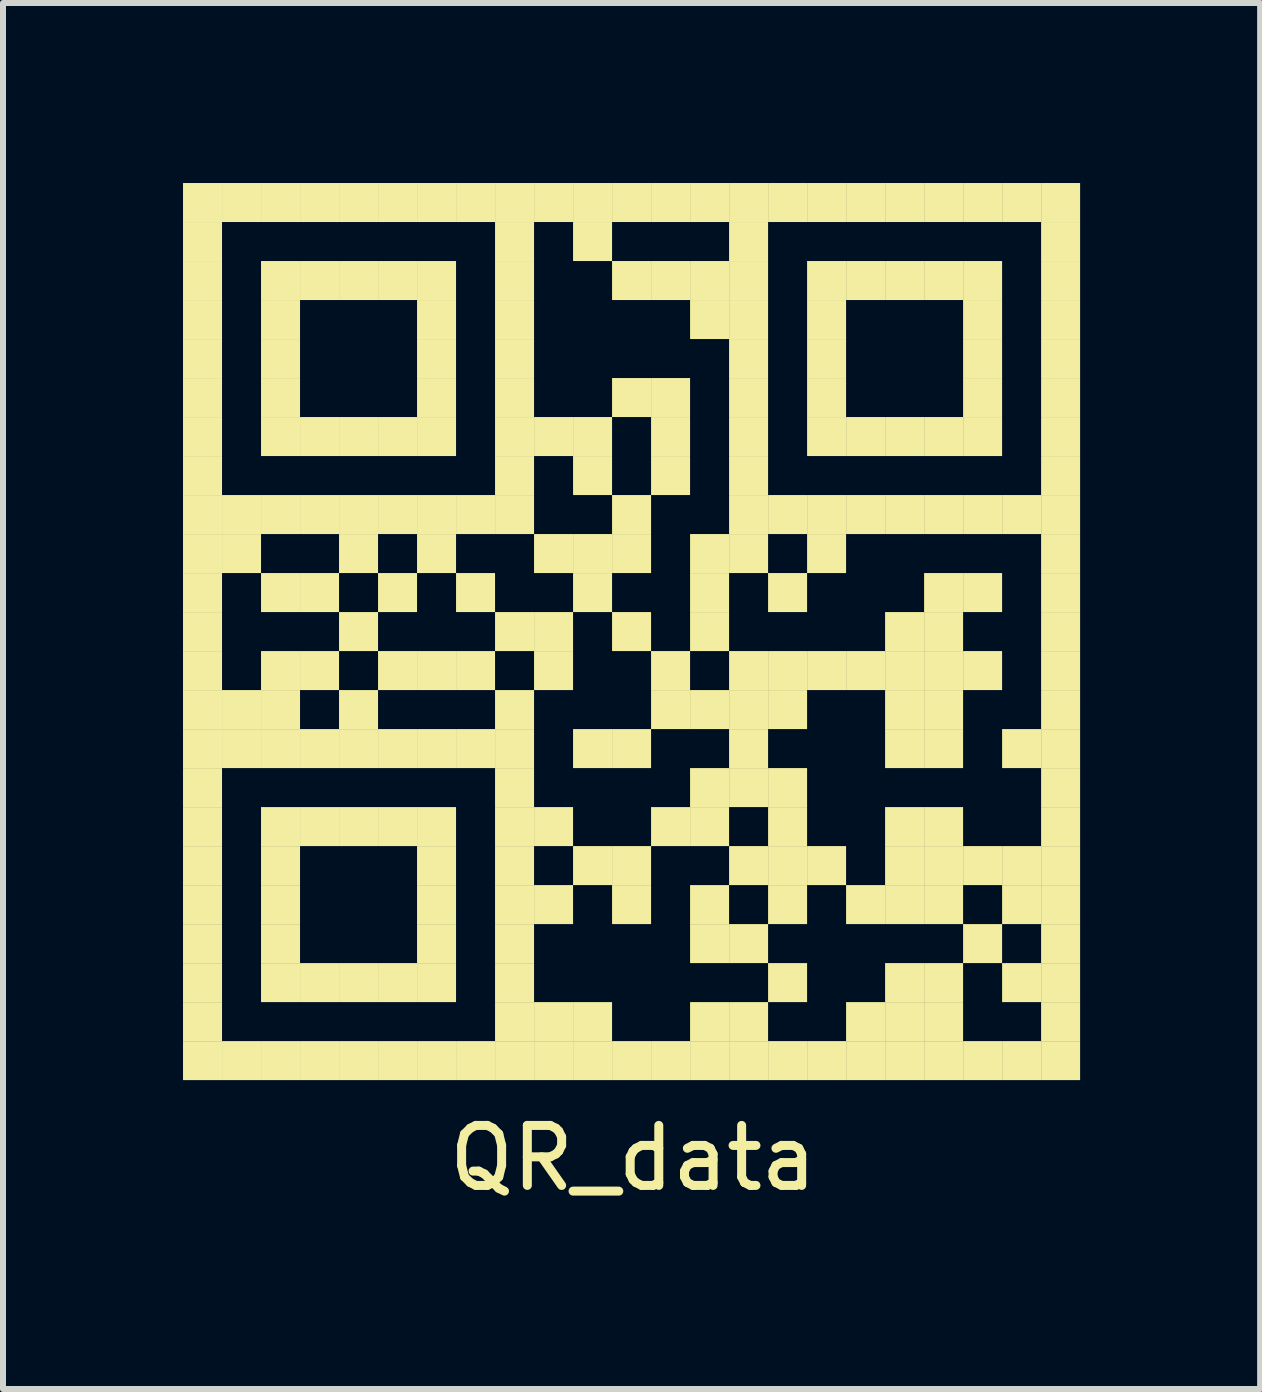
<source format=kicad_pcb>
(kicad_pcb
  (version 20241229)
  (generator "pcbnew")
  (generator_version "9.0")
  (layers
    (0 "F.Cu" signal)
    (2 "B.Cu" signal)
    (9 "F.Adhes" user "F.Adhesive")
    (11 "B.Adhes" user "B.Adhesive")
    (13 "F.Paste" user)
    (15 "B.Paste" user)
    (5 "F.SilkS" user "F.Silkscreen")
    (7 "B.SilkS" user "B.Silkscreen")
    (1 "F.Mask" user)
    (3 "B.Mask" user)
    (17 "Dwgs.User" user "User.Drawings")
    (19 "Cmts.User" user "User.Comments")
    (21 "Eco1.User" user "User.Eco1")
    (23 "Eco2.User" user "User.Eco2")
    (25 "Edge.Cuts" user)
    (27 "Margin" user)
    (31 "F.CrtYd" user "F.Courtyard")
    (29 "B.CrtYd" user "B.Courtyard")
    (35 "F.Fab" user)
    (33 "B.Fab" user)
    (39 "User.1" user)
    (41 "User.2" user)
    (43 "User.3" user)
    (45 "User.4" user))
  (footprint "QR_data"
    (layer "F.Cu")
    (at 7.5 7.5)
    (property "Reference" "QR_data" (at 0 8.75 0) (layer "F.SilkS") (effects (font (size 1 1) (thickness 0.15))))
    (attr exclude_from_pos_files exclude_from_bom)
    (fp_poly (pts (xy -7.5 -7.5) (xy -7.5 -6.85) (xy -6.85 -6.85) (xy -6.85 -7.5)) (stroke (width 0) (type solid)) (fill yes) (layer "F.SilkS"))
    (fp_poly (pts (xy -7.5 -6.85) (xy -7.5 -6.2) (xy -6.85 -6.2) (xy -6.85 -6.85)) (stroke (width 0) (type solid)) (fill yes) (layer "F.SilkS"))
    (fp_poly (pts (xy -7.5 -6.2) (xy -7.5 -5.55) (xy -6.85 -5.55) (xy -6.85 -6.2)) (stroke (width 0) (type solid)) (fill yes) (layer "F.SilkS"))
    (fp_poly (pts (xy -7.5 -5.55) (xy -7.5 -4.9) (xy -6.85 -4.9) (xy -6.85 -5.55)) (stroke (width 0) (type solid)) (fill yes) (layer "F.SilkS"))
    (fp_poly (pts (xy -7.5 -4.9) (xy -7.5 -4.25) (xy -6.85 -4.25) (xy -6.85 -4.9)) (stroke (width 0) (type solid)) (fill yes) (layer "F.SilkS"))
    (fp_poly (pts (xy -7.5 -4.25) (xy -7.5 -3.6) (xy -6.85 -3.6) (xy -6.85 -4.25)) (stroke (width 0) (type solid)) (fill yes) (layer "F.SilkS"))
    (fp_poly (pts (xy -7.5 -3.6) (xy -7.5 -2.95) (xy -6.85 -2.95) (xy -6.85 -3.6)) (stroke (width 0) (type solid)) (fill yes) (layer "F.SilkS"))
    (fp_poly (pts (xy -7.5 -2.95) (xy -7.5 -2.3) (xy -6.85 -2.3) (xy -6.85 -2.95)) (stroke (width 0) (type solid)) (fill yes) (layer "F.SilkS"))
    (fp_poly (pts (xy -7.5 -2.3) (xy -7.5 -1.65) (xy -6.85 -1.65) (xy -6.85 -2.3)) (stroke (width 0) (type solid)) (fill yes) (layer "F.SilkS"))
    (fp_poly (pts (xy -7.5 -1.65) (xy -7.5 -1) (xy -6.85 -1) (xy -6.85 -1.65)) (stroke (width 0) (type solid)) (fill yes) (layer "F.SilkS"))
    (fp_poly (pts (xy -7.5 -1) (xy -7.5 -0.35) (xy -6.85 -0.35) (xy -6.85 -1)) (stroke (width 0) (type solid)) (fill yes) (layer "F.SilkS"))
    (fp_poly (pts (xy -7.5 -0.35) (xy -7.5 0.3) (xy -6.85 0.3) (xy -6.85 -0.35)) (stroke (width 0) (type solid)) (fill yes) (layer "F.SilkS"))
    (fp_poly (pts (xy -7.5 0.3) (xy -7.5 0.95) (xy -6.85 0.95) (xy -6.85 0.3)) (stroke (width 0) (type solid)) (fill yes) (layer "F.SilkS"))
    (fp_poly (pts (xy -7.5 0.95) (xy -7.5 1.6) (xy -6.85 1.6) (xy -6.85 0.95)) (stroke (width 0) (type solid)) (fill yes) (layer "F.SilkS"))
    (fp_poly (pts (xy -7.5 1.6) (xy -7.5 2.25) (xy -6.85 2.25) (xy -6.85 1.6)) (stroke (width 0) (type solid)) (fill yes) (layer "F.SilkS"))
    (fp_poly (pts (xy -7.5 2.25) (xy -7.5 2.9) (xy -6.85 2.9) (xy -6.85 2.25)) (stroke (width 0) (type solid)) (fill yes) (layer "F.SilkS"))
    (fp_poly (pts (xy -7.5 2.9) (xy -7.5 3.55) (xy -6.85 3.55) (xy -6.85 2.9)) (stroke (width 0) (type solid)) (fill yes) (layer "F.SilkS"))
    (fp_poly (pts (xy -7.5 3.55) (xy -7.5 4.2) (xy -6.85 4.2) (xy -6.85 3.55)) (stroke (width 0) (type solid)) (fill yes) (layer "F.SilkS"))
    (fp_poly (pts (xy -7.5 4.2) (xy -7.5 4.85) (xy -6.85 4.85) (xy -6.85 4.2)) (stroke (width 0) (type solid)) (fill yes) (layer "F.SilkS"))
    (fp_poly (pts (xy -7.5 4.85) (xy -7.5 5.5) (xy -6.85 5.5) (xy -6.85 4.85)) (stroke (width 0) (type solid)) (fill yes) (layer "F.SilkS"))
    (fp_poly (pts (xy -7.5 5.5) (xy -7.5 6.15) (xy -6.85 6.15) (xy -6.85 5.5)) (stroke (width 0) (type solid)) (fill yes) (layer "F.SilkS"))
    (fp_poly (pts (xy -7.5 6.15) (xy -7.5 6.8) (xy -6.85 6.8) (xy -6.85 6.15)) (stroke (width 0) (type solid)) (fill yes) (layer "F.SilkS"))
    (fp_poly (pts (xy -7.5 6.8) (xy -7.5 7.45) (xy -6.85 7.45) (xy -6.85 6.8)) (stroke (width 0) (type solid)) (fill yes) (layer "F.SilkS"))
    (fp_poly (pts (xy -6.85 -7.5) (xy -6.85 -6.85) (xy -6.2 -6.85) (xy -6.2 -7.5)) (stroke (width 0) (type solid)) (fill yes) (layer "F.SilkS"))
    (fp_poly (pts (xy -6.85 -2.3) (xy -6.85 -1.65) (xy -6.2 -1.65) (xy -6.2 -2.3)) (stroke (width 0) (type solid)) (fill yes) (layer "F.SilkS"))
    (fp_poly (pts (xy -6.85 -1.65) (xy -6.85 -1) (xy -6.2 -1) (xy -6.2 -1.65)) (stroke (width 0) (type solid)) (fill yes) (layer "F.SilkS"))
    (fp_poly (pts (xy -6.85 0.95) (xy -6.85 1.6) (xy -6.2 1.6) (xy -6.2 0.95)) (stroke (width 0) (type solid)) (fill yes) (layer "F.SilkS"))
    (fp_poly (pts (xy -6.85 1.6) (xy -6.85 2.25) (xy -6.2 2.25) (xy -6.2 1.6)) (stroke (width 0) (type solid)) (fill yes) (layer "F.SilkS"))
    (fp_poly (pts (xy -6.85 6.8) (xy -6.85 7.45) (xy -6.2 7.45) (xy -6.2 6.8)) (stroke (width 0) (type solid)) (fill yes) (layer "F.SilkS"))
    (fp_poly (pts (xy -6.2 -7.5) (xy -6.2 -6.85) (xy -5.55 -6.85) (xy -5.55 -7.5)) (stroke (width 0) (type solid)) (fill yes) (layer "F.SilkS"))
    (fp_poly (pts (xy -6.2 -6.2) (xy -6.2 -5.55) (xy -5.55 -5.55) (xy -5.55 -6.2)) (stroke (width 0) (type solid)) (fill yes) (layer "F.SilkS"))
    (fp_poly (pts (xy -6.2 -5.55) (xy -6.2 -4.9) (xy -5.55 -4.9) (xy -5.55 -5.55)) (stroke (width 0) (type solid)) (fill yes) (layer "F.SilkS"))
    (fp_poly (pts (xy -6.2 -4.9) (xy -6.2 -4.25) (xy -5.55 -4.25) (xy -5.55 -4.9)) (stroke (width 0) (type solid)) (fill yes) (layer "F.SilkS"))
    (fp_poly (pts (xy -6.2 -4.25) (xy -6.2 -3.6) (xy -5.55 -3.6) (xy -5.55 -4.25)) (stroke (width 0) (type solid)) (fill yes) (layer "F.SilkS"))
    (fp_poly (pts (xy -6.2 -3.6) (xy -6.2 -2.95) (xy -5.55 -2.95) (xy -5.55 -3.6)) (stroke (width 0) (type solid)) (fill yes) (layer "F.SilkS"))
    (fp_poly (pts (xy -6.2 -2.3) (xy -6.2 -1.65) (xy -5.55 -1.65) (xy -5.55 -2.3)) (stroke (width 0) (type solid)) (fill yes) (layer "F.SilkS"))
    (fp_poly (pts (xy -6.2 -1) (xy -6.2 -0.35) (xy -5.55 -0.35) (xy -5.55 -1)) (stroke (width 0) (type solid)) (fill yes) (layer "F.SilkS"))
    (fp_poly (pts (xy -6.2 0.3) (xy -6.2 0.95) (xy -5.55 0.95) (xy -5.55 0.3)) (stroke (width 0) (type solid)) (fill yes) (layer "F.SilkS"))
    (fp_poly (pts (xy -6.2 0.95) (xy -6.2 1.6) (xy -5.55 1.6) (xy -5.55 0.95)) (stroke (width 0) (type solid)) (fill yes) (layer "F.SilkS"))
    (fp_poly (pts (xy -6.2 1.6) (xy -6.2 2.25) (xy -5.55 2.25) (xy -5.55 1.6)) (stroke (width 0) (type solid)) (fill yes) (layer "F.SilkS"))
    (fp_poly (pts (xy -6.2 2.9) (xy -6.2 3.55) (xy -5.55 3.55) (xy -5.55 2.9)) (stroke (width 0) (type solid)) (fill yes) (layer "F.SilkS"))
    (fp_poly (pts (xy -6.2 3.55) (xy -6.2 4.2) (xy -5.55 4.2) (xy -5.55 3.55)) (stroke (width 0) (type solid)) (fill yes) (layer "F.SilkS"))
    (fp_poly (pts (xy -6.2 4.2) (xy -6.2 4.85) (xy -5.55 4.85) (xy -5.55 4.2)) (stroke (width 0) (type solid)) (fill yes) (layer "F.SilkS"))
    (fp_poly (pts (xy -6.2 4.85) (xy -6.2 5.5) (xy -5.55 5.5) (xy -5.55 4.85)) (stroke (width 0) (type solid)) (fill yes) (layer "F.SilkS"))
    (fp_poly (pts (xy -6.2 5.5) (xy -6.2 6.15) (xy -5.55 6.15) (xy -5.55 5.5)) (stroke (width 0) (type solid)) (fill yes) (layer "F.SilkS"))
    (fp_poly (pts (xy -6.2 6.8) (xy -6.2 7.45) (xy -5.55 7.45) (xy -5.55 6.8)) (stroke (width 0) (type solid)) (fill yes) (layer "F.SilkS"))
    (fp_poly (pts (xy -5.55 -7.5) (xy -5.55 -6.85) (xy -4.9 -6.85) (xy -4.9 -7.5)) (stroke (width 0) (type solid)) (fill yes) (layer "F.SilkS"))
    (fp_poly (pts (xy -5.55 -6.2) (xy -5.55 -5.55) (xy -4.9 -5.55) (xy -4.9 -6.2)) (stroke (width 0) (type solid)) (fill yes) (layer "F.SilkS"))
    (fp_poly (pts (xy -5.55 -3.6) (xy -5.55 -2.95) (xy -4.9 -2.95) (xy -4.9 -3.6)) (stroke (width 0) (type solid)) (fill yes) (layer "F.SilkS"))
    (fp_poly (pts (xy -5.55 -2.3) (xy -5.55 -1.65) (xy -4.9 -1.65) (xy -4.9 -2.3)) (stroke (width 0) (type solid)) (fill yes) (layer "F.SilkS"))
    (fp_poly (pts (xy -5.55 -1) (xy -5.55 -0.35) (xy -4.9 -0.35) (xy -4.9 -1)) (stroke (width 0) (type solid)) (fill yes) (layer "F.SilkS"))
    (fp_poly (pts (xy -5.55 0.3) (xy -5.55 0.95) (xy -4.9 0.95) (xy -4.9 0.3)) (stroke (width 0) (type solid)) (fill yes) (layer "F.SilkS"))
    (fp_poly (pts (xy -5.55 1.6) (xy -5.55 2.25) (xy -4.9 2.25) (xy -4.9 1.6)) (stroke (width 0) (type solid)) (fill yes) (layer "F.SilkS"))
    (fp_poly (pts (xy -5.55 2.9) (xy -5.55 3.55) (xy -4.9 3.55) (xy -4.9 2.9)) (stroke (width 0) (type solid)) (fill yes) (layer "F.SilkS"))
    (fp_poly (pts (xy -5.55 5.5) (xy -5.55 6.15) (xy -4.9 6.15) (xy -4.9 5.5)) (stroke (width 0) (type solid)) (fill yes) (layer "F.SilkS"))
    (fp_poly (pts (xy -5.55 6.8) (xy -5.55 7.45) (xy -4.9 7.45) (xy -4.9 6.8)) (stroke (width 0) (type solid)) (fill yes) (layer "F.SilkS"))
    (fp_poly (pts (xy -4.9 -7.5) (xy -4.9 -6.85) (xy -4.25 -6.85) (xy -4.25 -7.5)) (stroke (width 0) (type solid)) (fill yes) (layer "F.SilkS"))
    (fp_poly (pts (xy -4.9 -6.2) (xy -4.9 -5.55) (xy -4.25 -5.55) (xy -4.25 -6.2)) (stroke (width 0) (type solid)) (fill yes) (layer "F.SilkS"))
    (fp_poly (pts (xy -4.9 -3.6) (xy -4.9 -2.95) (xy -4.25 -2.95) (xy -4.25 -3.6)) (stroke (width 0) (type solid)) (fill yes) (layer "F.SilkS"))
    (fp_poly (pts (xy -4.9 -2.3) (xy -4.9 -1.65) (xy -4.25 -1.65) (xy -4.25 -2.3)) (stroke (width 0) (type solid)) (fill yes) (layer "F.SilkS"))
    (fp_poly (pts (xy -4.9 -1.65) (xy -4.9 -1) (xy -4.25 -1) (xy -4.25 -1.65)) (stroke (width 0) (type solid)) (fill yes) (layer "F.SilkS"))
    (fp_poly (pts (xy -4.9 -0.35) (xy -4.9 0.3) (xy -4.25 0.3) (xy -4.25 -0.35)) (stroke (width 0) (type solid)) (fill yes) (layer "F.SilkS"))
    (fp_poly (pts (xy -4.9 0.95) (xy -4.9 1.6) (xy -4.25 1.6) (xy -4.25 0.95)) (stroke (width 0) (type solid)) (fill yes) (layer "F.SilkS"))
    (fp_poly (pts (xy -4.9 1.6) (xy -4.9 2.25) (xy -4.25 2.25) (xy -4.25 1.6)) (stroke (width 0) (type solid)) (fill yes) (layer "F.SilkS"))
    (fp_poly (pts (xy -4.9 2.9) (xy -4.9 3.55) (xy -4.25 3.55) (xy -4.25 2.9)) (stroke (width 0) (type solid)) (fill yes) (layer "F.SilkS"))
    (fp_poly (pts (xy -4.9 5.5) (xy -4.9 6.15) (xy -4.25 6.15) (xy -4.25 5.5)) (stroke (width 0) (type solid)) (fill yes) (layer "F.SilkS"))
    (fp_poly (pts (xy -4.9 6.8) (xy -4.9 7.45) (xy -4.25 7.45) (xy -4.25 6.8)) (stroke (width 0) (type solid)) (fill yes) (layer "F.SilkS"))
    (fp_poly (pts (xy -4.25 -7.5) (xy -4.25 -6.85) (xy -3.6 -6.85) (xy -3.6 -7.5)) (stroke (width 0) (type solid)) (fill yes) (layer "F.SilkS"))
    (fp_poly (pts (xy -4.25 -6.2) (xy -4.25 -5.55) (xy -3.6 -5.55) (xy -3.6 -6.2)) (stroke (width 0) (type solid)) (fill yes) (layer "F.SilkS"))
    (fp_poly (pts (xy -4.25 -3.6) (xy -4.25 -2.95) (xy -3.6 -2.95) (xy -3.6 -3.6)) (stroke (width 0) (type solid)) (fill yes) (layer "F.SilkS"))
    (fp_poly (pts (xy -4.25 -2.3) (xy -4.25 -1.65) (xy -3.6 -1.65) (xy -3.6 -2.3)) (stroke (width 0) (type solid)) (fill yes) (layer "F.SilkS"))
    (fp_poly (pts (xy -4.25 -1) (xy -4.25 -0.35) (xy -3.6 -0.35) (xy -3.6 -1)) (stroke (width 0) (type solid)) (fill yes) (layer "F.SilkS"))
    (fp_poly (pts (xy -4.25 0.3) (xy -4.25 0.95) (xy -3.6 0.95) (xy -3.6 0.3)) (stroke (width 0) (type solid)) (fill yes) (layer "F.SilkS"))
    (fp_poly (pts (xy -4.25 1.6) (xy -4.25 2.25) (xy -3.6 2.25) (xy -3.6 1.6)) (stroke (width 0) (type solid)) (fill yes) (layer "F.SilkS"))
    (fp_poly (pts (xy -4.25 2.9) (xy -4.25 3.55) (xy -3.6 3.55) (xy -3.6 2.9)) (stroke (width 0) (type solid)) (fill yes) (layer "F.SilkS"))
    (fp_poly (pts (xy -4.25 5.5) (xy -4.25 6.15) (xy -3.6 6.15) (xy -3.6 5.5)) (stroke (width 0) (type solid)) (fill yes) (layer "F.SilkS"))
    (fp_poly (pts (xy -4.25 6.8) (xy -4.25 7.45) (xy -3.6 7.45) (xy -3.6 6.8)) (stroke (width 0) (type solid)) (fill yes) (layer "F.SilkS"))
    (fp_poly (pts (xy -3.6 -7.5) (xy -3.6 -6.85) (xy -2.95 -6.85) (xy -2.95 -7.5)) (stroke (width 0) (type solid)) (fill yes) (layer "F.SilkS"))
    (fp_poly (pts (xy -3.6 -6.2) (xy -3.6 -5.55) (xy -2.95 -5.55) (xy -2.95 -6.2)) (stroke (width 0) (type solid)) (fill yes) (layer "F.SilkS"))
    (fp_poly (pts (xy -3.6 -5.55) (xy -3.6 -4.9) (xy -2.95 -4.9) (xy -2.95 -5.55)) (stroke (width 0) (type solid)) (fill yes) (layer "F.SilkS"))
    (fp_poly (pts (xy -3.6 -4.9) (xy -3.6 -4.25) (xy -2.95 -4.25) (xy -2.95 -4.9)) (stroke (width 0) (type solid)) (fill yes) (layer "F.SilkS"))
    (fp_poly (pts (xy -3.6 -4.25) (xy -3.6 -3.6) (xy -2.95 -3.6) (xy -2.95 -4.25)) (stroke (width 0) (type solid)) (fill yes) (layer "F.SilkS"))
    (fp_poly (pts (xy -3.6 -3.6) (xy -3.6 -2.95) (xy -2.95 -2.95) (xy -2.95 -3.6)) (stroke (width 0) (type solid)) (fill yes) (layer "F.SilkS"))
    (fp_poly (pts (xy -3.6 -2.3) (xy -3.6 -1.65) (xy -2.95 -1.65) (xy -2.95 -2.3)) (stroke (width 0) (type solid)) (fill yes) (layer "F.SilkS"))
    (fp_poly (pts (xy -3.6 -1.65) (xy -3.6 -1) (xy -2.95 -1) (xy -2.95 -1.65)) (stroke (width 0) (type solid)) (fill yes) (layer "F.SilkS"))
    (fp_poly (pts (xy -3.6 0.3) (xy -3.6 0.95) (xy -2.95 0.95) (xy -2.95 0.3)) (stroke (width 0) (type solid)) (fill yes) (layer "F.SilkS"))
    (fp_poly (pts (xy -3.6 1.6) (xy -3.6 2.25) (xy -2.95 2.25) (xy -2.95 1.6)) (stroke (width 0) (type solid)) (fill yes) (layer "F.SilkS"))
    (fp_poly (pts (xy -3.6 2.9) (xy -3.6 3.55) (xy -2.95 3.55) (xy -2.95 2.9)) (stroke (width 0) (type solid)) (fill yes) (layer "F.SilkS"))
    (fp_poly (pts (xy -3.6 3.55) (xy -3.6 4.2) (xy -2.95 4.2) (xy -2.95 3.55)) (stroke (width 0) (type solid)) (fill yes) (layer "F.SilkS"))
    (fp_poly (pts (xy -3.6 4.2) (xy -3.6 4.85) (xy -2.95 4.85) (xy -2.95 4.2)) (stroke (width 0) (type solid)) (fill yes) (layer "F.SilkS"))
    (fp_poly (pts (xy -3.6 4.85) (xy -3.6 5.5) (xy -2.95 5.5) (xy -2.95 4.85)) (stroke (width 0) (type solid)) (fill yes) (layer "F.SilkS"))
    (fp_poly (pts (xy -3.6 5.5) (xy -3.6 6.15) (xy -2.95 6.15) (xy -2.95 5.5)) (stroke (width 0) (type solid)) (fill yes) (layer "F.SilkS"))
    (fp_poly (pts (xy -3.6 6.8) (xy -3.6 7.45) (xy -2.95 7.45) (xy -2.95 6.8)) (stroke (width 0) (type solid)) (fill yes) (layer "F.SilkS"))
    (fp_poly (pts (xy -2.95 -7.5) (xy -2.95 -6.85) (xy -2.3 -6.85) (xy -2.3 -7.5)) (stroke (width 0) (type solid)) (fill yes) (layer "F.SilkS"))
    (fp_poly (pts (xy -2.95 -2.3) (xy -2.95 -1.65) (xy -2.3 -1.65) (xy -2.3 -2.3)) (stroke (width 0) (type solid)) (fill yes) (layer "F.SilkS"))
    (fp_poly (pts (xy -2.95 -1) (xy -2.95 -0.35) (xy -2.3 -0.35) (xy -2.3 -1)) (stroke (width 0) (type solid)) (fill yes) (layer "F.SilkS"))
    (fp_poly (pts (xy -2.95 0.3) (xy -2.95 0.95) (xy -2.3 0.95) (xy -2.3 0.3)) (stroke (width 0) (type solid)) (fill yes) (layer "F.SilkS"))
    (fp_poly (pts (xy -2.95 1.6) (xy -2.95 2.25) (xy -2.3 2.25) (xy -2.3 1.6)) (stroke (width 0) (type solid)) (fill yes) (layer "F.SilkS"))
    (fp_poly (pts (xy -2.95 6.8) (xy -2.95 7.45) (xy -2.3 7.45) (xy -2.3 6.8)) (stroke (width 0) (type solid)) (fill yes) (layer "F.SilkS"))
    (fp_poly (pts (xy -2.3 -7.5) (xy -2.3 -6.85) (xy -1.65 -6.85) (xy -1.65 -7.5)) (stroke (width 0) (type solid)) (fill yes) (layer "F.SilkS"))
    (fp_poly (pts (xy -2.3 -6.85) (xy -2.3 -6.2) (xy -1.65 -6.2) (xy -1.65 -6.85)) (stroke (width 0) (type solid)) (fill yes) (layer "F.SilkS"))
    (fp_poly (pts (xy -2.3 -6.2) (xy -2.3 -5.55) (xy -1.65 -5.55) (xy -1.65 -6.2)) (stroke (width 0) (type solid)) (fill yes) (layer "F.SilkS"))
    (fp_poly (pts (xy -2.3 -5.55) (xy -2.3 -4.9) (xy -1.65 -4.9) (xy -1.65 -5.55)) (stroke (width 0) (type solid)) (fill yes) (layer "F.SilkS"))
    (fp_poly (pts (xy -2.3 -4.9) (xy -2.3 -4.25) (xy -1.65 -4.25) (xy -1.65 -4.9)) (stroke (width 0) (type solid)) (fill yes) (layer "F.SilkS"))
    (fp_poly (pts (xy -2.3 -4.25) (xy -2.3 -3.6) (xy -1.65 -3.6) (xy -1.65 -4.25)) (stroke (width 0) (type solid)) (fill yes) (layer "F.SilkS"))
    (fp_poly (pts (xy -2.3 -3.6) (xy -2.3 -2.95) (xy -1.65 -2.95) (xy -1.65 -3.6)) (stroke (width 0) (type solid)) (fill yes) (layer "F.SilkS"))
    (fp_poly (pts (xy -2.3 -2.95) (xy -2.3 -2.3) (xy -1.65 -2.3) (xy -1.65 -2.95)) (stroke (width 0) (type solid)) (fill yes) (layer "F.SilkS"))
    (fp_poly (pts (xy -2.3 -2.3) (xy -2.3 -1.65) (xy -1.65 -1.65) (xy -1.65 -2.3)) (stroke (width 0) (type solid)) (fill yes) (layer "F.SilkS"))
    (fp_poly (pts (xy -2.3 -0.35) (xy -2.3 0.3) (xy -1.65 0.3) (xy -1.65 -0.35)) (stroke (width 0) (type solid)) (fill yes) (layer "F.SilkS"))
    (fp_poly (pts (xy -2.3 0.95) (xy -2.3 1.6) (xy -1.65 1.6) (xy -1.65 0.95)) (stroke (width 0) (type solid)) (fill yes) (layer "F.SilkS"))
    (fp_poly (pts (xy -2.3 1.6) (xy -2.3 2.25) (xy -1.65 2.25) (xy -1.65 1.6)) (stroke (width 0) (type solid)) (fill yes) (layer "F.SilkS"))
    (fp_poly (pts (xy -2.3 2.25) (xy -2.3 2.9) (xy -1.65 2.9) (xy -1.65 2.25)) (stroke (width 0) (type solid)) (fill yes) (layer "F.SilkS"))
    (fp_poly (pts (xy -2.3 2.9) (xy -2.3 3.55) (xy -1.65 3.55) (xy -1.65 2.9)) (stroke (width 0) (type solid)) (fill yes) (layer "F.SilkS"))
    (fp_poly (pts (xy -2.3 3.55) (xy -2.3 4.2) (xy -1.65 4.2) (xy -1.65 3.55)) (stroke (width 0) (type solid)) (fill yes) (layer "F.SilkS"))
    (fp_poly (pts (xy -2.3 4.2) (xy -2.3 4.85) (xy -1.65 4.85) (xy -1.65 4.2)) (stroke (width 0) (type solid)) (fill yes) (layer "F.SilkS"))
    (fp_poly (pts (xy -2.3 4.85) (xy -2.3 5.5) (xy -1.65 5.5) (xy -1.65 4.85)) (stroke (width 0) (type solid)) (fill yes) (layer "F.SilkS"))
    (fp_poly (pts (xy -2.3 5.5) (xy -2.3 6.15) (xy -1.65 6.15) (xy -1.65 5.5)) (stroke (width 0) (type solid)) (fill yes) (layer "F.SilkS"))
    (fp_poly (pts (xy -2.3 6.15) (xy -2.3 6.8) (xy -1.65 6.8) (xy -1.65 6.15)) (stroke (width 0) (type solid)) (fill yes) (layer "F.SilkS"))
    (fp_poly (pts (xy -2.3 6.8) (xy -2.3 7.45) (xy -1.65 7.45) (xy -1.65 6.8)) (stroke (width 0) (type solid)) (fill yes) (layer "F.SilkS"))
    (fp_poly (pts (xy -1.65 -7.5) (xy -1.65 -6.85) (xy -1 -6.85) (xy -1 -7.5)) (stroke (width 0) (type solid)) (fill yes) (layer "F.SilkS"))
    (fp_poly (pts (xy -1.65 -3.6) (xy -1.65 -2.95) (xy -1 -2.95) (xy -1 -3.6)) (stroke (width 0) (type solid)) (fill yes) (layer "F.SilkS"))
    (fp_poly (pts (xy -1.65 -1.65) (xy -1.65 -1) (xy -1 -1) (xy -1 -1.65)) (stroke (width 0) (type solid)) (fill yes) (layer "F.SilkS"))
    (fp_poly (pts (xy -1.65 -0.35) (xy -1.65 0.3) (xy -1 0.3) (xy -1 -0.35)) (stroke (width 0) (type solid)) (fill yes) (layer "F.SilkS"))
    (fp_poly (pts (xy -1.65 0.3) (xy -1.65 0.95) (xy -1 0.95) (xy -1 0.3)) (stroke (width 0) (type solid)) (fill yes) (layer "F.SilkS"))
    (fp_poly (pts (xy -1.65 2.9) (xy -1.65 3.55) (xy -1 3.55) (xy -1 2.9)) (stroke (width 0) (type solid)) (fill yes) (layer "F.SilkS"))
    (fp_poly (pts (xy -1.65 4.2) (xy -1.65 4.85) (xy -1 4.85) (xy -1 4.2)) (stroke (width 0) (type solid)) (fill yes) (layer "F.SilkS"))
    (fp_poly (pts (xy -1.65 6.15) (xy -1.65 6.8) (xy -1 6.8) (xy -1 6.15)) (stroke (width 0) (type solid)) (fill yes) (layer "F.SilkS"))
    (fp_poly (pts (xy -1.65 6.8) (xy -1.65 7.45) (xy -1 7.45) (xy -1 6.8)) (stroke (width 0) (type solid)) (fill yes) (layer "F.SilkS"))
    (fp_poly (pts (xy -1 -7.5) (xy -1 -6.85) (xy -0.35 -6.85) (xy -0.35 -7.5)) (stroke (width 0) (type solid)) (fill yes) (layer "F.SilkS"))
    (fp_poly (pts (xy -1 -6.85) (xy -1 -6.2) (xy -0.35 -6.2) (xy -0.35 -6.85)) (stroke (width 0) (type solid)) (fill yes) (layer "F.SilkS"))
    (fp_poly (pts (xy -1 -3.6) (xy -1 -2.95) (xy -0.35 -2.95) (xy -0.35 -3.6)) (stroke (width 0) (type solid)) (fill yes) (layer "F.SilkS"))
    (fp_poly (pts (xy -1 -2.95) (xy -1 -2.3) (xy -0.35 -2.3) (xy -0.35 -2.95)) (stroke (width 0) (type solid)) (fill yes) (layer "F.SilkS"))
    (fp_poly (pts (xy -1 -1.65) (xy -1 -1) (xy -0.35 -1) (xy -0.35 -1.65)) (stroke (width 0) (type solid)) (fill yes) (layer "F.SilkS"))
    (fp_poly (pts (xy -1 -1) (xy -1 -0.35) (xy -0.35 -0.35) (xy -0.35 -1)) (stroke (width 0) (type solid)) (fill yes) (layer "F.SilkS"))
    (fp_poly (pts (xy -1 1.6) (xy -1 2.25) (xy -0.35 2.25) (xy -0.35 1.6)) (stroke (width 0) (type solid)) (fill yes) (layer "F.SilkS"))
    (fp_poly (pts (xy -1 3.55) (xy -1 4.2) (xy -0.35 4.2) (xy -0.35 3.55)) (stroke (width 0) (type solid)) (fill yes) (layer "F.SilkS"))
    (fp_poly (pts (xy -1 6.15) (xy -1 6.8) (xy -0.35 6.8) (xy -0.35 6.15)) (stroke (width 0) (type solid)) (fill yes) (layer "F.SilkS"))
    (fp_poly (pts (xy -1 6.8) (xy -1 7.45) (xy -0.35 7.45) (xy -0.35 6.8)) (stroke (width 0) (type solid)) (fill yes) (layer "F.SilkS"))
    (fp_poly (pts (xy -0.35 -7.5) (xy -0.35 -6.85) (xy 0.3 -6.85) (xy 0.3 -7.5)) (stroke (width 0) (type solid)) (fill yes) (layer "F.SilkS"))
    (fp_poly (pts (xy -0.35 -6.2) (xy -0.35 -5.55) (xy 0.3 -5.55) (xy 0.3 -6.2)) (stroke (width 0) (type solid)) (fill yes) (layer "F.SilkS"))
    (fp_poly (pts (xy -0.35 -4.25) (xy -0.35 -3.6) (xy 0.3 -3.6) (xy 0.3 -4.25)) (stroke (width 0) (type solid)) (fill yes) (layer "F.SilkS"))
    (fp_poly (pts (xy -0.35 -2.3) (xy -0.35 -1.65) (xy 0.3 -1.65) (xy 0.3 -2.3)) (stroke (width 0) (type solid)) (fill yes) (layer "F.SilkS"))
    (fp_poly (pts (xy -0.35 -1.65) (xy -0.35 -1) (xy 0.3 -1) (xy 0.3 -1.65)) (stroke (width 0) (type solid)) (fill yes) (layer "F.SilkS"))
    (fp_poly (pts (xy -0.35 -0.35) (xy -0.35 0.3) (xy 0.3 0.3) (xy 0.3 -0.35)) (stroke (width 0) (type solid)) (fill yes) (layer "F.SilkS"))
    (fp_poly (pts (xy -0.35 1.6) (xy -0.35 2.25) (xy 0.3 2.25) (xy 0.3 1.6)) (stroke (width 0) (type solid)) (fill yes) (layer "F.SilkS"))
    (fp_poly (pts (xy -0.35 3.55) (xy -0.35 4.2) (xy 0.3 4.2) (xy 0.3 3.55)) (stroke (width 0) (type solid)) (fill yes) (layer "F.SilkS"))
    (fp_poly (pts (xy -0.35 4.2) (xy -0.35 4.85) (xy 0.3 4.85) (xy 0.3 4.2)) (stroke (width 0) (type solid)) (fill yes) (layer "F.SilkS"))
    (fp_poly (pts (xy -0.35 6.8) (xy -0.35 7.45) (xy 0.3 7.45) (xy 0.3 6.8)) (stroke (width 0) (type solid)) (fill yes) (layer "F.SilkS"))
    (fp_poly (pts (xy 0.3 -7.5) (xy 0.3 -6.85) (xy 0.95 -6.85) (xy 0.95 -7.5)) (stroke (width 0) (type solid)) (fill yes) (layer "F.SilkS"))
    (fp_poly (pts (xy 0.3 -6.2) (xy 0.3 -5.55) (xy 0.95 -5.55) (xy 0.95 -6.2)) (stroke (width 0) (type solid)) (fill yes) (layer "F.SilkS"))
    (fp_poly (pts (xy 0.3 -4.25) (xy 0.3 -3.6) (xy 0.95 -3.6) (xy 0.95 -4.25)) (stroke (width 0) (type solid)) (fill yes) (layer "F.SilkS"))
    (fp_poly (pts (xy 0.3 -3.6) (xy 0.3 -2.95) (xy 0.95 -2.95) (xy 0.95 -3.6)) (stroke (width 0) (type solid)) (fill yes) (layer "F.SilkS"))
    (fp_poly (pts (xy 0.3 -2.95) (xy 0.3 -2.3) (xy 0.95 -2.3) (xy 0.95 -2.95)) (stroke (width 0) (type solid)) (fill yes) (layer "F.SilkS"))
    (fp_poly (pts (xy 0.3 0.3) (xy 0.3 0.95) (xy 0.95 0.95) (xy 0.95 0.3)) (stroke (width 0) (type solid)) (fill yes) (layer "F.SilkS"))
    (fp_poly (pts (xy 0.3 0.95) (xy 0.3 1.6) (xy 0.95 1.6) (xy 0.95 0.95)) (stroke (width 0) (type solid)) (fill yes) (layer "F.SilkS"))
    (fp_poly (pts (xy 0.3 2.9) (xy 0.3 3.55) (xy 0.95 3.55) (xy 0.95 2.9)) (stroke (width 0) (type solid)) (fill yes) (layer "F.SilkS"))
    (fp_poly (pts (xy 0.3 6.8) (xy 0.3 7.45) (xy 0.95 7.45) (xy 0.95 6.8)) (stroke (width 0) (type solid)) (fill yes) (layer "F.SilkS"))
    (fp_poly (pts (xy 0.95 -7.5) (xy 0.95 -6.85) (xy 1.6 -6.85) (xy 1.6 -7.5)) (stroke (width 0) (type solid)) (fill yes) (layer "F.SilkS"))
    (fp_poly (pts (xy 0.95 -6.2) (xy 0.95 -5.55) (xy 1.6 -5.55) (xy 1.6 -6.2)) (stroke (width 0) (type solid)) (fill yes) (layer "F.SilkS"))
    (fp_poly (pts (xy 0.95 -5.55) (xy 0.95 -4.9) (xy 1.6 -4.9) (xy 1.6 -5.55)) (stroke (width 0) (type solid)) (fill yes) (layer "F.SilkS"))
    (fp_poly (pts (xy 0.95 -1.65) (xy 0.95 -1) (xy 1.6 -1) (xy 1.6 -1.65)) (stroke (width 0) (type solid)) (fill yes) (layer "F.SilkS"))
    (fp_poly (pts (xy 0.95 -1) (xy 0.95 -0.35) (xy 1.6 -0.35) (xy 1.6 -1)) (stroke (width 0) (type solid)) (fill yes) (layer "F.SilkS"))
    (fp_poly (pts (xy 0.95 -0.35) (xy 0.95 0.3) (xy 1.6 0.3) (xy 1.6 -0.35)) (stroke (width 0) (type solid)) (fill yes) (layer "F.SilkS"))
    (fp_poly (pts (xy 0.95 0.95) (xy 0.95 1.6) (xy 1.6 1.6) (xy 1.6 0.95)) (stroke (width 0) (type solid)) (fill yes) (layer "F.SilkS"))
    (fp_poly (pts (xy 0.95 2.25) (xy 0.95 2.9) (xy 1.6 2.9) (xy 1.6 2.25)) (stroke (width 0) (type solid)) (fill yes) (layer "F.SilkS"))
    (fp_poly (pts (xy 0.95 2.9) (xy 0.95 3.55) (xy 1.6 3.55) (xy 1.6 2.9)) (stroke (width 0) (type solid)) (fill yes) (layer "F.SilkS"))
    (fp_poly (pts (xy 0.95 4.2) (xy 0.95 4.85) (xy 1.6 4.85) (xy 1.6 4.2)) (stroke (width 0) (type solid)) (fill yes) (layer "F.SilkS"))
    (fp_poly (pts (xy 0.95 4.85) (xy 0.95 5.5) (xy 1.6 5.5) (xy 1.6 4.85)) (stroke (width 0) (type solid)) (fill yes) (layer "F.SilkS"))
    (fp_poly (pts (xy 0.95 6.15) (xy 0.95 6.8) (xy 1.6 6.8) (xy 1.6 6.15)) (stroke (width 0) (type solid)) (fill yes) (layer "F.SilkS"))
    (fp_poly (pts (xy 0.95 6.8) (xy 0.95 7.45) (xy 1.6 7.45) (xy 1.6 6.8)) (stroke (width 0) (type solid)) (fill yes) (layer "F.SilkS"))
    (fp_poly (pts (xy 1.6 -7.5) (xy 1.6 -6.85) (xy 2.25 -6.85) (xy 2.25 -7.5)) (stroke (width 0) (type solid)) (fill yes) (layer "F.SilkS"))
    (fp_poly (pts (xy 1.6 -6.85) (xy 1.6 -6.2) (xy 2.25 -6.2) (xy 2.25 -6.85)) (stroke (width 0) (type solid)) (fill yes) (layer "F.SilkS"))
    (fp_poly (pts (xy 1.6 -6.2) (xy 1.6 -5.55) (xy 2.25 -5.55) (xy 2.25 -6.2)) (stroke (width 0) (type solid)) (fill yes) (layer "F.SilkS"))
    (fp_poly (pts (xy 1.6 -5.55) (xy 1.6 -4.9) (xy 2.25 -4.9) (xy 2.25 -5.55)) (stroke (width 0) (type solid)) (fill yes) (layer "F.SilkS"))
    (fp_poly (pts (xy 1.6 -4.9) (xy 1.6 -4.25) (xy 2.25 -4.25) (xy 2.25 -4.9)) (stroke (width 0) (type solid)) (fill yes) (layer "F.SilkS"))
    (fp_poly (pts (xy 1.6 -4.25) (xy 1.6 -3.6) (xy 2.25 -3.6) (xy 2.25 -4.25)) (stroke (width 0) (type solid)) (fill yes) (layer "F.SilkS"))
    (fp_poly (pts (xy 1.6 -3.6) (xy 1.6 -2.95) (xy 2.25 -2.95) (xy 2.25 -3.6)) (stroke (width 0) (type solid)) (fill yes) (layer "F.SilkS"))
    (fp_poly (pts (xy 1.6 -2.95) (xy 1.6 -2.3) (xy 2.25 -2.3) (xy 2.25 -2.95)) (stroke (width 0) (type solid)) (fill yes) (layer "F.SilkS"))
    (fp_poly (pts (xy 1.6 -2.3) (xy 1.6 -1.65) (xy 2.25 -1.65) (xy 2.25 -2.3)) (stroke (width 0) (type solid)) (fill yes) (layer "F.SilkS"))
    (fp_poly (pts (xy 1.6 -1.65) (xy 1.6 -1) (xy 2.25 -1) (xy 2.25 -1.65)) (stroke (width 0) (type solid)) (fill yes) (layer "F.SilkS"))
    (fp_poly (pts (xy 1.6 0.3) (xy 1.6 0.95) (xy 2.25 0.95) (xy 2.25 0.3)) (stroke (width 0) (type solid)) (fill yes) (layer "F.SilkS"))
    (fp_poly (pts (xy 1.6 0.95) (xy 1.6 1.6) (xy 2.25 1.6) (xy 2.25 0.95)) (stroke (width 0) (type solid)) (fill yes) (layer "F.SilkS"))
    (fp_poly (pts (xy 1.6 1.6) (xy 1.6 2.25) (xy 2.25 2.25) (xy 2.25 1.6)) (stroke (width 0) (type solid)) (fill yes) (layer "F.SilkS"))
    (fp_poly (pts (xy 1.6 2.25) (xy 1.6 2.9) (xy 2.25 2.9) (xy 2.25 2.25)) (stroke (width 0) (type solid)) (fill yes) (layer "F.SilkS"))
    (fp_poly (pts (xy 1.6 3.55) (xy 1.6 4.2) (xy 2.25 4.2) (xy 2.25 3.55)) (stroke (width 0) (type solid)) (fill yes) (layer "F.SilkS"))
    (fp_poly (pts (xy 1.6 4.85) (xy 1.6 5.5) (xy 2.25 5.5) (xy 2.25 4.85)) (stroke (width 0) (type solid)) (fill yes) (layer "F.SilkS"))
    (fp_poly (pts (xy 1.6 6.15) (xy 1.6 6.8) (xy 2.25 6.8) (xy 2.25 6.15)) (stroke (width 0) (type solid)) (fill yes) (layer "F.SilkS"))
    (fp_poly (pts (xy 1.6 6.8) (xy 1.6 7.45) (xy 2.25 7.45) (xy 2.25 6.8)) (stroke (width 0) (type solid)) (fill yes) (layer "F.SilkS"))
    (fp_poly (pts (xy 2.25 -7.5) (xy 2.25 -6.85) (xy 2.9 -6.85) (xy 2.9 -7.5)) (stroke (width 0) (type solid)) (fill yes) (layer "F.SilkS"))
    (fp_poly (pts (xy 2.25 -2.3) (xy 2.25 -1.65) (xy 2.9 -1.65) (xy 2.9 -2.3)) (stroke (width 0) (type solid)) (fill yes) (layer "F.SilkS"))
    (fp_poly (pts (xy 2.25 -1) (xy 2.25 -0.35) (xy 2.9 -0.35) (xy 2.9 -1)) (stroke (width 0) (type solid)) (fill yes) (layer "F.SilkS"))
    (fp_poly (pts (xy 2.25 0.3) (xy 2.25 0.95) (xy 2.9 0.95) (xy 2.9 0.3)) (stroke (width 0) (type solid)) (fill yes) (layer "F.SilkS"))
    (fp_poly (pts (xy 2.25 0.95) (xy 2.25 1.6) (xy 2.9 1.6) (xy 2.9 0.95)) (stroke (width 0) (type solid)) (fill yes) (layer "F.SilkS"))
    (fp_poly (pts (xy 2.25 2.25) (xy 2.25 2.9) (xy 2.9 2.9) (xy 2.9 2.25)) (stroke (width 0) (type solid)) (fill yes) (layer "F.SilkS"))
    (fp_poly (pts (xy 2.25 2.9) (xy 2.25 3.55) (xy 2.9 3.55) (xy 2.9 2.9)) (stroke (width 0) (type solid)) (fill yes) (layer "F.SilkS"))
    (fp_poly (pts (xy 2.25 3.55) (xy 2.25 4.2) (xy 2.9 4.2) (xy 2.9 3.55)) (stroke (width 0) (type solid)) (fill yes) (layer "F.SilkS"))
    (fp_poly (pts (xy 2.25 4.2) (xy 2.25 4.85) (xy 2.9 4.85) (xy 2.9 4.2)) (stroke (width 0) (type solid)) (fill yes) (layer "F.SilkS"))
    (fp_poly (pts (xy 2.25 5.5) (xy 2.25 6.15) (xy 2.9 6.15) (xy 2.9 5.5)) (stroke (width 0) (type solid)) (fill yes) (layer "F.SilkS"))
    (fp_poly (pts (xy 2.25 6.8) (xy 2.25 7.45) (xy 2.9 7.45) (xy 2.9 6.8)) (stroke (width 0) (type solid)) (fill yes) (layer "F.SilkS"))
    (fp_poly (pts (xy 2.9 -7.5) (xy 2.9 -6.85) (xy 3.55 -6.85) (xy 3.55 -7.5)) (stroke (width 0) (type solid)) (fill yes) (layer "F.SilkS"))
    (fp_poly (pts (xy 2.9 -6.2) (xy 2.9 -5.55) (xy 3.55 -5.55) (xy 3.55 -6.2)) (stroke (width 0) (type solid)) (fill yes) (layer "F.SilkS"))
    (fp_poly (pts (xy 2.9 -5.55) (xy 2.9 -4.9) (xy 3.55 -4.9) (xy 3.55 -5.55)) (stroke (width 0) (type solid)) (fill yes) (layer "F.SilkS"))
    (fp_poly (pts (xy 2.9 -4.9) (xy 2.9 -4.25) (xy 3.55 -4.25) (xy 3.55 -4.9)) (stroke (width 0) (type solid)) (fill yes) (layer "F.SilkS"))
    (fp_poly (pts (xy 2.9 -4.25) (xy 2.9 -3.6) (xy 3.55 -3.6) (xy 3.55 -4.25)) (stroke (width 0) (type solid)) (fill yes) (layer "F.SilkS"))
    (fp_poly (pts (xy 2.9 -3.6) (xy 2.9 -2.95) (xy 3.55 -2.95) (xy 3.55 -3.6)) (stroke (width 0) (type solid)) (fill yes) (layer "F.SilkS"))
    (fp_poly (pts (xy 2.9 -2.3) (xy 2.9 -1.65) (xy 3.55 -1.65) (xy 3.55 -2.3)) (stroke (width 0) (type solid)) (fill yes) (layer "F.SilkS"))
    (fp_poly (pts (xy 2.9 -1.65) (xy 2.9 -1) (xy 3.55 -1) (xy 3.55 -1.65)) (stroke (width 0) (type solid)) (fill yes) (layer "F.SilkS"))
    (fp_poly (pts (xy 2.9 0.3) (xy 2.9 0.95) (xy 3.55 0.95) (xy 3.55 0.3)) (stroke (width 0) (type solid)) (fill yes) (layer "F.SilkS"))
    (fp_poly (pts (xy 2.9 3.55) (xy 2.9 4.2) (xy 3.55 4.2) (xy 3.55 3.55)) (stroke (width 0) (type solid)) (fill yes) (layer "F.SilkS"))
    (fp_poly (pts (xy 2.9 6.8) (xy 2.9 7.45) (xy 3.55 7.45) (xy 3.55 6.8)) (stroke (width 0) (type solid)) (fill yes) (layer "F.SilkS"))
    (fp_poly (pts (xy 3.55 -7.5) (xy 3.55 -6.85) (xy 4.2 -6.85) (xy 4.2 -7.5)) (stroke (width 0) (type solid)) (fill yes) (layer "F.SilkS"))
    (fp_poly (pts (xy 3.55 -6.2) (xy 3.55 -5.55) (xy 4.2 -5.55) (xy 4.2 -6.2)) (stroke (width 0) (type solid)) (fill yes) (layer "F.SilkS"))
    (fp_poly (pts (xy 3.55 -3.6) (xy 3.55 -2.95) (xy 4.2 -2.95) (xy 4.2 -3.6)) (stroke (width 0) (type solid)) (fill yes) (layer "F.SilkS"))
    (fp_poly (pts (xy 3.55 -2.3) (xy 3.55 -1.65) (xy 4.2 -1.65) (xy 4.2 -2.3)) (stroke (width 0) (type solid)) (fill yes) (layer "F.SilkS"))
    (fp_poly (pts (xy 3.55 0.3) (xy 3.55 0.95) (xy 4.2 0.95) (xy 4.2 0.3)) (stroke (width 0) (type solid)) (fill yes) (layer "F.SilkS"))
    (fp_poly (pts (xy 3.55 4.2) (xy 3.55 4.85) (xy 4.2 4.85) (xy 4.2 4.2)) (stroke (width 0) (type solid)) (fill yes) (layer "F.SilkS"))
    (fp_poly (pts (xy 3.55 6.15) (xy 3.55 6.8) (xy 4.2 6.8) (xy 4.2 6.15)) (stroke (width 0) (type solid)) (fill yes) (layer "F.SilkS"))
    (fp_poly (pts (xy 3.55 6.8) (xy 3.55 7.45) (xy 4.2 7.45) (xy 4.2 6.8)) (stroke (width 0) (type solid)) (fill yes) (layer "F.SilkS"))
    (fp_poly (pts (xy 4.2 -7.5) (xy 4.2 -6.85) (xy 4.85 -6.85) (xy 4.85 -7.5)) (stroke (width 0) (type solid)) (fill yes) (layer "F.SilkS"))
    (fp_poly (pts (xy 4.2 -6.2) (xy 4.2 -5.55) (xy 4.85 -5.55) (xy 4.85 -6.2)) (stroke (width 0) (type solid)) (fill yes) (layer "F.SilkS"))
    (fp_poly (pts (xy 4.2 -3.6) (xy 4.2 -2.95) (xy 4.85 -2.95) (xy 4.85 -3.6)) (stroke (width 0) (type solid)) (fill yes) (layer "F.SilkS"))
    (fp_poly (pts (xy 4.2 -2.3) (xy 4.2 -1.65) (xy 4.85 -1.65) (xy 4.85 -2.3)) (stroke (width 0) (type solid)) (fill yes) (layer "F.SilkS"))
    (fp_poly (pts (xy 4.2 -0.35) (xy 4.2 0.3) (xy 4.85 0.3) (xy 4.85 -0.35)) (stroke (width 0) (type solid)) (fill yes) (layer "F.SilkS"))
    (fp_poly (pts (xy 4.2 0.3) (xy 4.2 0.95) (xy 4.85 0.95) (xy 4.85 0.3)) (stroke (width 0) (type solid)) (fill yes) (layer "F.SilkS"))
    (fp_poly (pts (xy 4.2 0.95) (xy 4.2 1.6) (xy 4.85 1.6) (xy 4.85 0.95)) (stroke (width 0) (type solid)) (fill yes) (layer "F.SilkS"))
    (fp_poly (pts (xy 4.2 1.6) (xy 4.2 2.25) (xy 4.85 2.25) (xy 4.85 1.6)) (stroke (width 0) (type solid)) (fill yes) (layer "F.SilkS"))
    (fp_poly (pts (xy 4.2 2.9) (xy 4.2 3.55) (xy 4.85 3.55) (xy 4.85 2.9)) (stroke (width 0) (type solid)) (fill yes) (layer "F.SilkS"))
    (fp_poly (pts (xy 4.2 3.55) (xy 4.2 4.2) (xy 4.85 4.2) (xy 4.85 3.55)) (stroke (width 0) (type solid)) (fill yes) (layer "F.SilkS"))
    (fp_poly (pts (xy 4.2 4.2) (xy 4.2 4.85) (xy 4.85 4.85) (xy 4.85 4.2)) (stroke (width 0) (type solid)) (fill yes) (layer "F.SilkS"))
    (fp_poly (pts (xy 4.2 5.5) (xy 4.2 6.15) (xy 4.85 6.15) (xy 4.85 5.5)) (stroke (width 0) (type solid)) (fill yes) (layer "F.SilkS"))
    (fp_poly (pts (xy 4.2 6.15) (xy 4.2 6.8) (xy 4.85 6.8) (xy 4.85 6.15)) (stroke (width 0) (type solid)) (fill yes) (layer "F.SilkS"))
    (fp_poly (pts (xy 4.2 6.8) (xy 4.2 7.45) (xy 4.85 7.45) (xy 4.85 6.8)) (stroke (width 0) (type solid)) (fill yes) (layer "F.SilkS"))
    (fp_poly (pts (xy 4.85 -7.5) (xy 4.85 -6.85) (xy 5.5 -6.85) (xy 5.5 -7.5)) (stroke (width 0) (type solid)) (fill yes) (layer "F.SilkS"))
    (fp_poly (pts (xy 4.85 -6.2) (xy 4.85 -5.55) (xy 5.5 -5.55) (xy 5.5 -6.2)) (stroke (width 0) (type solid)) (fill yes) (layer "F.SilkS"))
    (fp_poly (pts (xy 4.85 -3.6) (xy 4.85 -2.95) (xy 5.5 -2.95) (xy 5.5 -3.6)) (stroke (width 0) (type solid)) (fill yes) (layer "F.SilkS"))
    (fp_poly (pts (xy 4.85 -2.3) (xy 4.85 -1.65) (xy 5.5 -1.65) (xy 5.5 -2.3)) (stroke (width 0) (type solid)) (fill yes) (layer "F.SilkS"))
    (fp_poly (pts (xy 4.85 -1) (xy 4.85 -0.35) (xy 5.5 -0.35) (xy 5.5 -1)) (stroke (width 0) (type solid)) (fill yes) (layer "F.SilkS"))
    (fp_poly (pts (xy 4.85 -0.35) (xy 4.85 0.3) (xy 5.5 0.3) (xy 5.5 -0.35)) (stroke (width 0) (type solid)) (fill yes) (layer "F.SilkS"))
    (fp_poly (pts (xy 4.85 0.3) (xy 4.85 0.95) (xy 5.5 0.95) (xy 5.5 0.3)) (stroke (width 0) (type solid)) (fill yes) (layer "F.SilkS"))
    (fp_poly (pts (xy 4.85 0.95) (xy 4.85 1.6) (xy 5.5 1.6) (xy 5.5 0.95)) (stroke (width 0) (type solid)) (fill yes) (layer "F.SilkS"))
    (fp_poly (pts (xy 4.85 1.6) (xy 4.85 2.25) (xy 5.5 2.25) (xy 5.5 1.6)) (stroke (width 0) (type solid)) (fill yes) (layer "F.SilkS"))
    (fp_poly (pts (xy 4.85 2.9) (xy 4.85 3.55) (xy 5.5 3.55) (xy 5.5 2.9)) (stroke (width 0) (type solid)) (fill yes) (layer "F.SilkS"))
    (fp_poly (pts (xy 4.85 3.55) (xy 4.85 4.2) (xy 5.5 4.2) (xy 5.5 3.55)) (stroke (width 0) (type solid)) (fill yes) (layer "F.SilkS"))
    (fp_poly (pts (xy 4.85 4.2) (xy 4.85 4.85) (xy 5.5 4.85) (xy 5.5 4.2)) (stroke (width 0) (type solid)) (fill yes) (layer "F.SilkS"))
    (fp_poly (pts (xy 4.85 5.5) (xy 4.85 6.15) (xy 5.5 6.15) (xy 5.5 5.5)) (stroke (width 0) (type solid)) (fill yes) (layer "F.SilkS"))
    (fp_poly (pts (xy 4.85 6.15) (xy 4.85 6.8) (xy 5.5 6.8) (xy 5.5 6.15)) (stroke (width 0) (type solid)) (fill yes) (layer "F.SilkS"))
    (fp_poly (pts (xy 4.85 6.8) (xy 4.85 7.45) (xy 5.5 7.45) (xy 5.5 6.8)) (stroke (width 0) (type solid)) (fill yes) (layer "F.SilkS"))
    (fp_poly (pts (xy 5.5 -7.5) (xy 5.5 -6.85) (xy 6.15 -6.85) (xy 6.15 -7.5)) (stroke (width 0) (type solid)) (fill yes) (layer "F.SilkS"))
    (fp_poly (pts (xy 5.5 -6.2) (xy 5.5 -5.55) (xy 6.15 -5.55) (xy 6.15 -6.2)) (stroke (width 0) (type solid)) (fill yes) (layer "F.SilkS"))
    (fp_poly (pts (xy 5.5 -5.55) (xy 5.5 -4.9) (xy 6.15 -4.9) (xy 6.15 -5.55)) (stroke (width 0) (type solid)) (fill yes) (layer "F.SilkS"))
    (fp_poly (pts (xy 5.5 -4.9) (xy 5.5 -4.25) (xy 6.15 -4.25) (xy 6.15 -4.9)) (stroke (width 0) (type solid)) (fill yes) (layer "F.SilkS"))
    (fp_poly (pts (xy 5.5 -4.25) (xy 5.5 -3.6) (xy 6.15 -3.6) (xy 6.15 -4.25)) (stroke (width 0) (type solid)) (fill yes) (layer "F.SilkS"))
    (fp_poly (pts (xy 5.5 -3.6) (xy 5.5 -2.95) (xy 6.15 -2.95) (xy 6.15 -3.6)) (stroke (width 0) (type solid)) (fill yes) (layer "F.SilkS"))
    (fp_poly (pts (xy 5.5 -2.3) (xy 5.5 -1.65) (xy 6.15 -1.65) (xy 6.15 -2.3)) (stroke (width 0) (type solid)) (fill yes) (layer "F.SilkS"))
    (fp_poly (pts (xy 5.5 -1) (xy 5.5 -0.35) (xy 6.15 -0.35) (xy 6.15 -1)) (stroke (width 0) (type solid)) (fill yes) (layer "F.SilkS"))
    (fp_poly (pts (xy 5.5 0.3) (xy 5.5 0.95) (xy 6.15 0.95) (xy 6.15 0.3)) (stroke (width 0) (type solid)) (fill yes) (layer "F.SilkS"))
    (fp_poly (pts (xy 5.5 3.55) (xy 5.5 4.2) (xy 6.15 4.2) (xy 6.15 3.55)) (stroke (width 0) (type solid)) (fill yes) (layer "F.SilkS"))
    (fp_poly (pts (xy 5.5 4.85) (xy 5.5 5.5) (xy 6.15 5.5) (xy 6.15 4.85)) (stroke (width 0) (type solid)) (fill yes) (layer "F.SilkS"))
    (fp_poly (pts (xy 5.5 6.8) (xy 5.5 7.45) (xy 6.15 7.45) (xy 6.15 6.8)) (stroke (width 0) (type solid)) (fill yes) (layer "F.SilkS"))
    (fp_poly (pts (xy 6.15 -7.5) (xy 6.15 -6.85) (xy 6.8 -6.85) (xy 6.8 -7.5)) (stroke (width 0) (type solid)) (fill yes) (layer "F.SilkS"))
    (fp_poly (pts (xy 6.15 -2.3) (xy 6.15 -1.65) (xy 6.8 -1.65) (xy 6.8 -2.3)) (stroke (width 0) (type solid)) (fill yes) (layer "F.SilkS"))
    (fp_poly (pts (xy 6.15 1.6) (xy 6.15 2.25) (xy 6.8 2.25) (xy 6.8 1.6)) (stroke (width 0) (type solid)) (fill yes) (layer "F.SilkS"))
    (fp_poly (pts (xy 6.15 3.55) (xy 6.15 4.2) (xy 6.8 4.2) (xy 6.8 3.55)) (stroke (width 0) (type solid)) (fill yes) (layer "F.SilkS"))
    (fp_poly (pts (xy 6.15 4.2) (xy 6.15 4.85) (xy 6.8 4.85) (xy 6.8 4.2)) (stroke (width 0) (type solid)) (fill yes) (layer "F.SilkS"))
    (fp_poly (pts (xy 6.15 5.5) (xy 6.15 6.15) (xy 6.8 6.15) (xy 6.8 5.5)) (stroke (width 0) (type solid)) (fill yes) (layer "F.SilkS"))
    (fp_poly (pts (xy 6.15 6.8) (xy 6.15 7.45) (xy 6.8 7.45) (xy 6.8 6.8)) (stroke (width 0) (type solid)) (fill yes) (layer "F.SilkS"))
    (fp_poly (pts (xy 6.8 -7.5) (xy 6.8 -6.85) (xy 7.45 -6.85) (xy 7.45 -7.5)) (stroke (width 0) (type solid)) (fill yes) (layer "F.SilkS"))
    (fp_poly (pts (xy 6.8 -6.85) (xy 6.8 -6.2) (xy 7.45 -6.2) (xy 7.45 -6.85)) (stroke (width 0) (type solid)) (fill yes) (layer "F.SilkS"))
    (fp_poly (pts (xy 6.8 -6.2) (xy 6.8 -5.55) (xy 7.45 -5.55) (xy 7.45 -6.2)) (stroke (width 0) (type solid)) (fill yes) (layer "F.SilkS"))
    (fp_poly (pts (xy 6.8 -5.55) (xy 6.8 -4.9) (xy 7.45 -4.9) (xy 7.45 -5.55)) (stroke (width 0) (type solid)) (fill yes) (layer "F.SilkS"))
    (fp_poly (pts (xy 6.8 -4.9) (xy 6.8 -4.25) (xy 7.45 -4.25) (xy 7.45 -4.9)) (stroke (width 0) (type solid)) (fill yes) (layer "F.SilkS"))
    (fp_poly (pts (xy 6.8 -4.25) (xy 6.8 -3.6) (xy 7.45 -3.6) (xy 7.45 -4.25)) (stroke (width 0) (type solid)) (fill yes) (layer "F.SilkS"))
    (fp_poly (pts (xy 6.8 -3.6) (xy 6.8 -2.95) (xy 7.45 -2.95) (xy 7.45 -3.6)) (stroke (width 0) (type solid)) (fill yes) (layer "F.SilkS"))
    (fp_poly (pts (xy 6.8 -2.95) (xy 6.8 -2.3) (xy 7.45 -2.3) (xy 7.45 -2.95)) (stroke (width 0) (type solid)) (fill yes) (layer "F.SilkS"))
    (fp_poly (pts (xy 6.8 -2.3) (xy 6.8 -1.65) (xy 7.45 -1.65) (xy 7.45 -2.3)) (stroke (width 0) (type solid)) (fill yes) (layer "F.SilkS"))
    (fp_poly (pts (xy 6.8 -1.65) (xy 6.8 -1) (xy 7.45 -1) (xy 7.45 -1.65)) (stroke (width 0) (type solid)) (fill yes) (layer "F.SilkS"))
    (fp_poly (pts (xy 6.8 -1) (xy 6.8 -0.35) (xy 7.45 -0.35) (xy 7.45 -1)) (stroke (width 0) (type solid)) (fill yes) (layer "F.SilkS"))
    (fp_poly (pts (xy 6.8 -0.35) (xy 6.8 0.3) (xy 7.45 0.3) (xy 7.45 -0.35)) (stroke (width 0) (type solid)) (fill yes) (layer "F.SilkS"))
    (fp_poly (pts (xy 6.8 0.3) (xy 6.8 0.95) (xy 7.45 0.95) (xy 7.45 0.3)) (stroke (width 0) (type solid)) (fill yes) (layer "F.SilkS"))
    (fp_poly (pts (xy 6.8 0.95) (xy 6.8 1.6) (xy 7.45 1.6) (xy 7.45 0.95)) (stroke (width 0) (type solid)) (fill yes) (layer "F.SilkS"))
    (fp_poly (pts (xy 6.8 1.6) (xy 6.8 2.25) (xy 7.45 2.25) (xy 7.45 1.6)) (stroke (width 0) (type solid)) (fill yes) (layer "F.SilkS"))
    (fp_poly (pts (xy 6.8 2.25) (xy 6.8 2.9) (xy 7.45 2.9) (xy 7.45 2.25)) (stroke (width 0) (type solid)) (fill yes) (layer "F.SilkS"))
    (fp_poly (pts (xy 6.8 2.9) (xy 6.8 3.55) (xy 7.45 3.55) (xy 7.45 2.9)) (stroke (width 0) (type solid)) (fill yes) (layer "F.SilkS"))
    (fp_poly (pts (xy 6.8 3.55) (xy 6.8 4.2) (xy 7.45 4.2) (xy 7.45 3.55)) (stroke (width 0) (type solid)) (fill yes) (layer "F.SilkS"))
    (fp_poly (pts (xy 6.8 4.2) (xy 6.8 4.85) (xy 7.45 4.85) (xy 7.45 4.2)) (stroke (width 0) (type solid)) (fill yes) (layer "F.SilkS"))
    (fp_poly (pts (xy 6.8 4.85) (xy 6.8 5.5) (xy 7.45 5.5) (xy 7.45 4.85)) (stroke (width 0) (type solid)) (fill yes) (layer "F.SilkS"))
    (fp_poly (pts (xy 6.8 5.5) (xy 6.8 6.15) (xy 7.45 6.15) (xy 7.45 5.5)) (stroke (width 0) (type solid)) (fill yes) (layer "F.SilkS"))
    (fp_poly (pts (xy 6.8 6.15) (xy 6.8 6.8) (xy 7.45 6.8) (xy 7.45 6.15)) (stroke (width 0) (type solid)) (fill yes) (layer "F.SilkS"))
    (fp_poly (pts (xy 6.8 6.8) (xy 6.8 7.45) (xy 7.45 7.45) (xy 7.45 6.8)) (stroke (width 0) (type solid)) (fill yes) (layer "F.SilkS")))
  (gr_rect
    (start -3 -3)
    (end 17.95 20.098)
    (stroke (width 0.1) (type default))
    (fill no)
    (layer "Edge.Cuts")))
</source>
